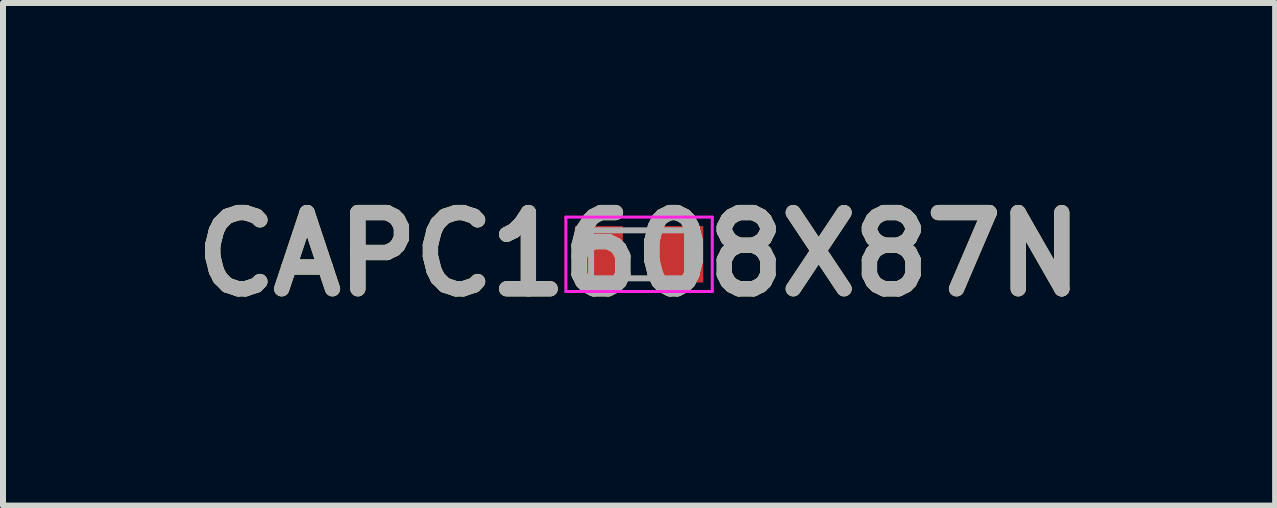
<source format=kicad_pcb>
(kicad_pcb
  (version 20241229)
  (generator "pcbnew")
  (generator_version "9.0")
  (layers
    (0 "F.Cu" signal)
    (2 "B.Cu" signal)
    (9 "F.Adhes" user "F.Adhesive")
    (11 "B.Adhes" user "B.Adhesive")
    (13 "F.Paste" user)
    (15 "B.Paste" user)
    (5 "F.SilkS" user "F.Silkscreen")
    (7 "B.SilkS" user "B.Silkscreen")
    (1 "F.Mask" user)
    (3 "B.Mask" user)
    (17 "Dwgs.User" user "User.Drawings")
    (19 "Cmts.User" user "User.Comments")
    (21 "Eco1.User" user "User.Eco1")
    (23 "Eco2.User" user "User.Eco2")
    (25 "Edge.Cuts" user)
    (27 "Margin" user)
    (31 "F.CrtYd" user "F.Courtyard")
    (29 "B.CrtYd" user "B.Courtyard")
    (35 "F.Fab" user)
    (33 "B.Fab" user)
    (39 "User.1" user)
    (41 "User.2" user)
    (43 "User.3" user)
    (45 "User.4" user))
  (footprint "CAPC1608X87N"
    (layer "F.Cu")
    (at 7.602 1.189)
    (property "Reference" "CAPC1608X87N" (at 0 0 0) (layer "F.SilkS") (effects (font (size 1.27 1.27) (thickness 0.254))))
    (attr smd)
    (fp_line (start -1.22 -0.62) (end 1.22 -0.62) (stroke (width 0.05) (type solid)) (layer "F.CrtYd"))
    (fp_line (start -1.22 0.62) (end -1.22 -0.62) (stroke (width 0.05) (type solid)) (layer "F.CrtYd"))
    (fp_line (start 1.22 -0.62) (end 1.22 0.62) (stroke (width 0.05) (type solid)) (layer "F.CrtYd"))
    (fp_line (start 1.22 0.62) (end -1.22 0.62) (stroke (width 0.05) (type solid)) (layer "F.CrtYd"))
    (fp_line (start -0.8 -0.4) (end 0.8 -0.4) (stroke (width 0.1) (type solid)) (layer "F.Fab"))
    (fp_line (start -0.8 0.4) (end -0.8 -0.4) (stroke (width 0.1) (type solid)) (layer "F.Fab"))
    (fp_line (start 0.8 -0.4) (end 0.8 0.4) (stroke (width 0.1) (type solid)) (layer "F.Fab"))
    (fp_line (start 0.8 0.4) (end -0.8 0.4) (stroke (width 0.1) (type solid)) (layer "F.Fab"))
    (fp_text user "${REFERENCE}" (at 0 0 0) (layer "F.Fab") (effects (font (size 1.27 1.27) (thickness 0.254))))
    (pad "1" smd rect (at -0.67 0) (size 0.8 0.94) (layers "F.Cu" "F.Mask" "F.Paste"))
    (pad "2" smd rect (at 0.67 0) (size 0.8 0.94) (layers "F.Cu" "F.Mask" "F.Paste")))
  (gr_rect
    (start -3 -3)
    (end 18.204 5.377)
    (stroke (width 0.1) (type default))
    (fill no)
    (layer "Edge.Cuts")))
</source>
